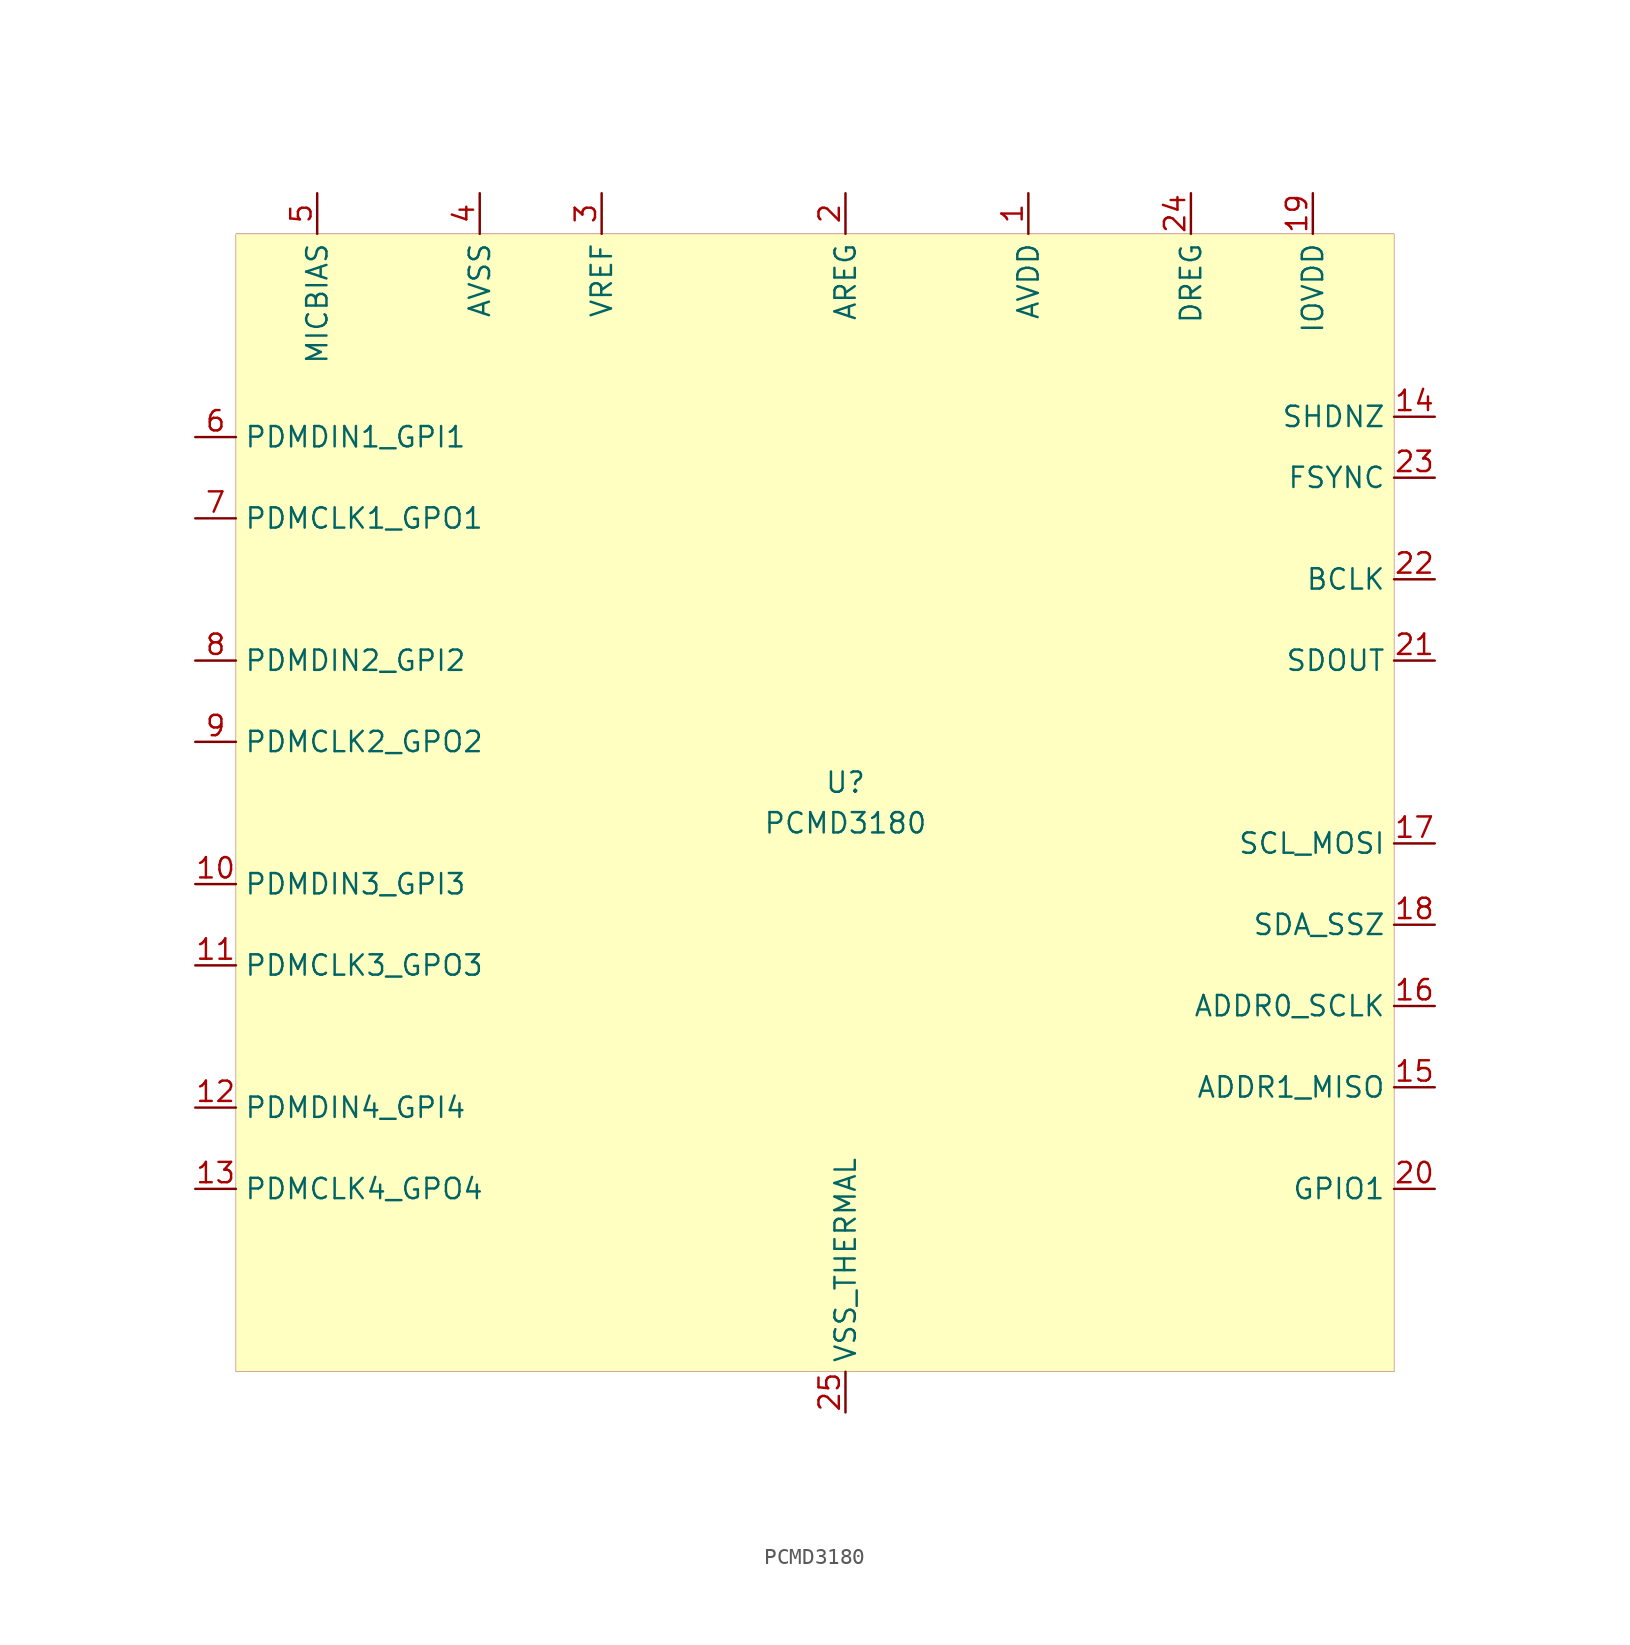
<source format=kicad_sym>
(kicad_symbol_lib
  (version 20201005)
  (generator kicad_symbol_editor)
  (symbol "j_Audio:PCMD3180"
    (property "Reference" "U"
      (at 0 1.27 0)
      (effects (font (size 1.27 1.27))))
    (property "Value" "PCMD3180"
      (at 0 -1.27 0)
      (effects (font (size 1.27 1.27))))
    (symbol "PCMD3180_0_1"
      (rectangle (start -38.1 35.56) (end 34.29 -35.56) (stroke (width 0.001)) (fill (type background))))
    (symbol "PCMD3180_1_1"
      (pin power_in line (at 11.43 38.1 270) (length 2.54) (name "AVDD" (effects (font (size 1.27 1.27)))) (number "1" (effects (font (size 1.27 1.27)))))
      (pin power_out line (at 0 38.1 270) (length 2.54) (name "AREG" (effects (font (size 1.27 1.27)))) (number "2" (effects (font (size 1.27 1.27)))))
      (pin power_out line (at -15.24 38.1 270) (length 2.54) (name "VREF" (effects (font (size 1.27 1.27)))) (number "3" (effects (font (size 1.27 1.27)))))
      (pin power_in line (at -22.86 38.1 270) (length 2.54) (name "AVSS" (effects (font (size 1.27 1.27)))) (number "4" (effects (font (size 1.27 1.27)))))
      (pin power_out line (at -33.02 38.1 270) (length 2.54) (name "MICBIAS" (effects (font (size 1.27 1.27)))) (number "5" (effects (font (size 1.27 1.27)))))
      (pin input line (at -40.64 22.86 0) (length 2.54) (name "PDMDIN1_GPI1" (effects (font (size 1.27 1.27)))) (number "6" (effects (font (size 1.27 1.27)))))
      (pin output line (at -40.64 17.78 0) (length 2.54) (name "PDMCLK1_GPO1" (effects (font (size 1.27 1.27)))) (number "7" (effects (font (size 1.27 1.27)))))
      (pin input line (at -40.64 8.89 0) (length 2.54) (name "PDMDIN2_GPI2" (effects (font (size 1.27 1.27)))) (number "8" (effects (font (size 1.27 1.27)))))
      (pin output line (at -40.64 3.81 0) (length 2.54) (name "PDMCLK2_GPO2" (effects (font (size 1.27 1.27)))) (number "9" (effects (font (size 1.27 1.27)))))
      (pin input line (at -40.64 -5.08 0) (length 2.54) (name "PDMDIN3_GPI3" (effects (font (size 1.27 1.27)))) (number "10" (effects (font (size 1.27 1.27)))))
      (pin output line (at -40.64 -10.16 0) (length 2.54) (name "PDMCLK3_GPO3" (effects (font (size 1.27 1.27)))) (number "11" (effects (font (size 1.27 1.27)))))
      (pin input line (at -40.64 -19.05 0) (length 2.54) (name "PDMDIN4_GPI4" (effects (font (size 1.27 1.27)))) (number "12" (effects (font (size 1.27 1.27)))))
      (pin output line (at -40.64 -24.13 0) (length 2.54) (name "PDMCLK4_GPO4" (effects (font (size 1.27 1.27)))) (number "13" (effects (font (size 1.27 1.27)))))
      (pin input line (at 36.83 24.13 180) (length 2.54) (name "SHDNZ" (effects (font (size 1.27 1.27)))) (number "14" (effects (font (size 1.27 1.27)))))
      (pin bidirectional line (at 36.83 -17.78 180) (length 2.54) (name "ADDR1_MISO" (effects (font (size 1.27 1.27)))) (number "15" (effects (font (size 1.27 1.27)))))
      (pin input line (at 36.83 -12.7 180) (length 2.54) (name "ADDR0_SCLK" (effects (font (size 1.27 1.27)))) (number "16" (effects (font (size 1.27 1.27)))))
      (pin input line (at 36.83 -2.54 180) (length 2.54) (name "SCL_MOSI" (effects (font (size 1.27 1.27)))) (number "17" (effects (font (size 1.27 1.27)))))
      (pin bidirectional line (at 36.83 -7.62 180) (length 2.54) (name "SDA_SSZ" (effects (font (size 1.27 1.27)))) (number "18" (effects (font (size 1.27 1.27)))))
      (pin power_in line (at 29.21 38.1 270) (length 2.54) (name "IOVDD" (effects (font (size 1.27 1.27)))) (number "19" (effects (font (size 1.27 1.27)))))
      (pin bidirectional line (at 36.83 -24.13 180) (length 2.54) (name "GPIO1" (effects (font (size 1.27 1.27)))) (number "20" (effects (font (size 1.27 1.27)))))
      (pin output line (at 36.83 8.89 180) (length 2.54) (name "SDOUT" (effects (font (size 1.27 1.27)))) (number "21" (effects (font (size 1.27 1.27)))))
      (pin bidirectional line (at 36.83 13.97 180) (length 2.54) (name "BCLK" (effects (font (size 1.27 1.27)))) (number "22" (effects (font (size 1.27 1.27)))))
      (pin bidirectional line (at 36.83 20.32 180) (length 2.54) (name "FSYNC" (effects (font (size 1.27 1.27)))) (number "23" (effects (font (size 1.27 1.27)))))
      (pin power_out line (at 21.59 38.1 270) (length 2.54) (name "DREG" (effects (font (size 1.27 1.27)))) (number "24" (effects (font (size 1.27 1.27)))))
      (pin power_in line (at 0 -38.1 90) (length 2.54) (name "VSS_THERMAL" (effects (font (size 1.27 1.27)))) (number "25" (effects (font (size 1.27 1.27))))))))
</source>
